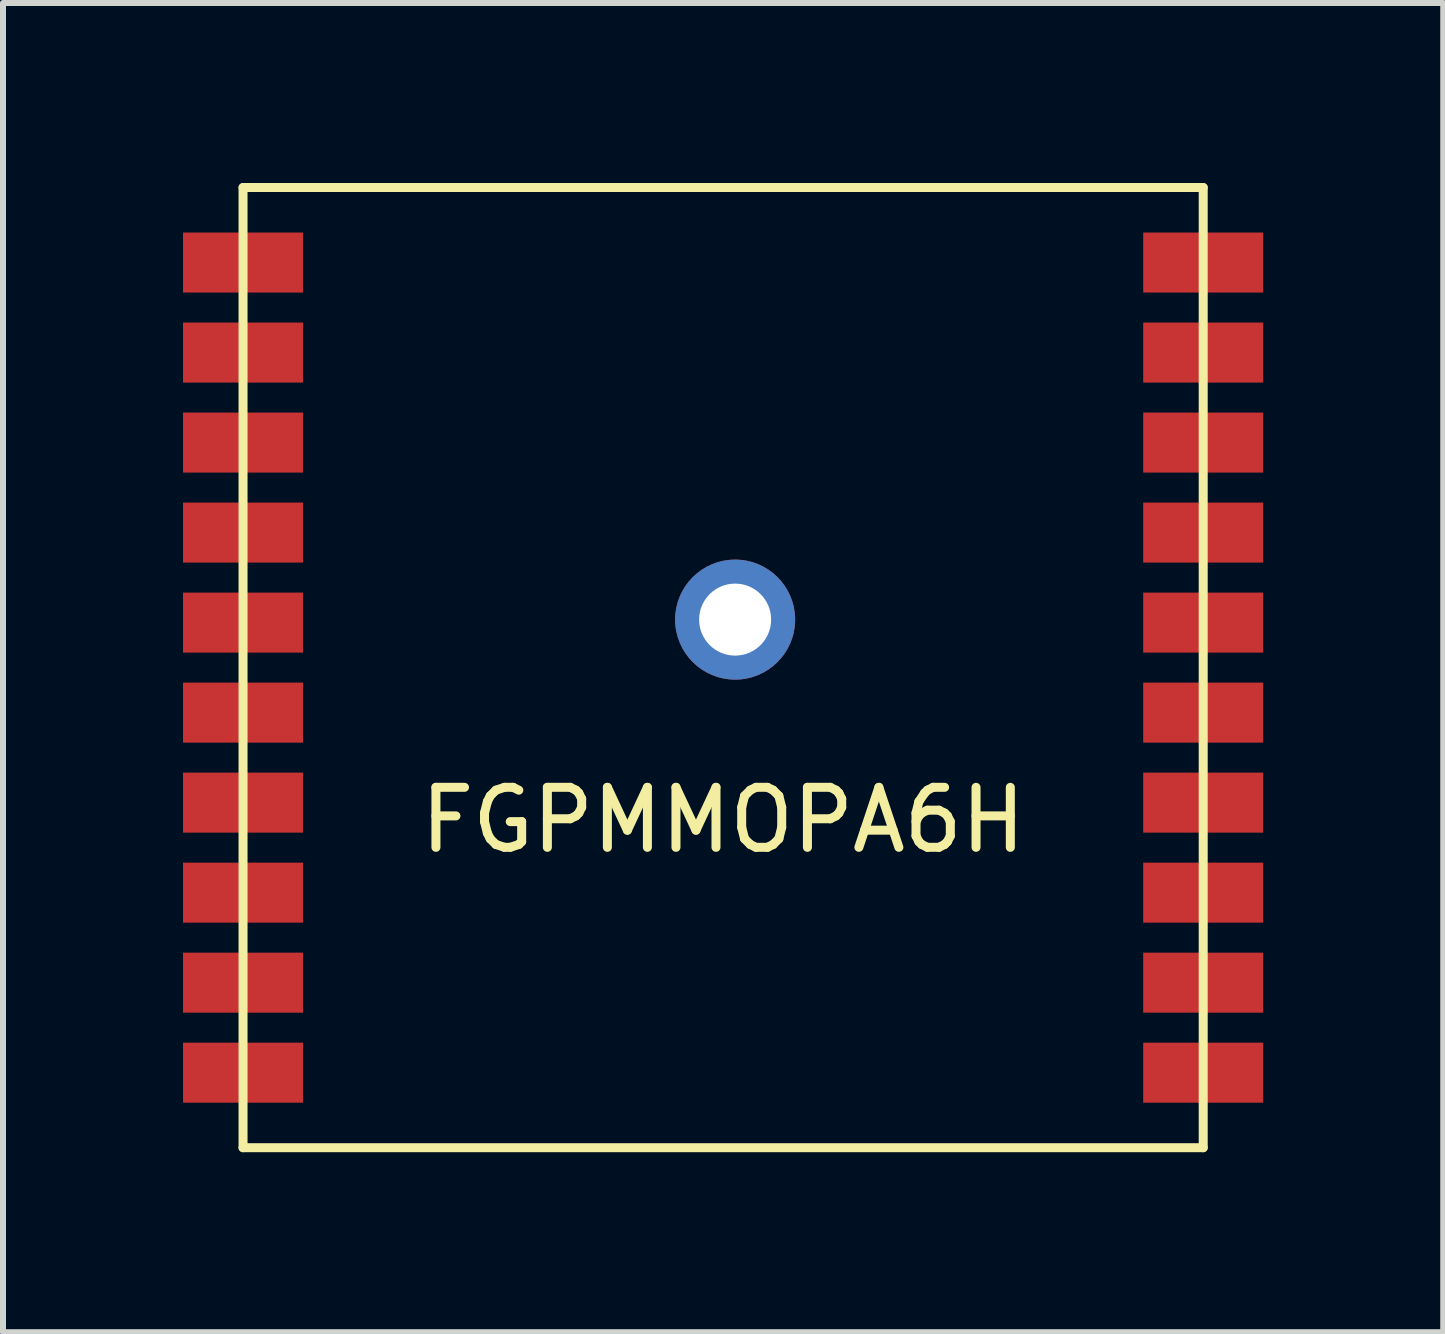
<source format=kicad_pcb>
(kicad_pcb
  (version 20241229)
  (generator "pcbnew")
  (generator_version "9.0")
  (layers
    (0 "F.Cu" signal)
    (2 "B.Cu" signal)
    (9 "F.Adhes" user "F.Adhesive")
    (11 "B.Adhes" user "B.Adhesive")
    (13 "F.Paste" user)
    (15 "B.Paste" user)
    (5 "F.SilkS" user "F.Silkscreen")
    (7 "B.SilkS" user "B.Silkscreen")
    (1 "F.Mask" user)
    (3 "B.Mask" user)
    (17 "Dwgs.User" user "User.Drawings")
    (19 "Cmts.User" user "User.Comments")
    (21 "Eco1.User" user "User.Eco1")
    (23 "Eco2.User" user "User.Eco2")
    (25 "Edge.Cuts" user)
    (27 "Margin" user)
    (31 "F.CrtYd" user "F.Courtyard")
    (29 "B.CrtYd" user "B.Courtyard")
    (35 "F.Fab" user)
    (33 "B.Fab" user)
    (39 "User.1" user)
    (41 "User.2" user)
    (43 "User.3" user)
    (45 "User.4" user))
  (footprint "FGPMMOPA6H"
    (layer "F.Cu")
    (at 9 8.075)
    (property "Reference" "FGPMMOPA6H" (at 0 2.54 0) (layer "F.SilkS") (effects (font (size 1 1) (thickness 0.15))))
    (attr through_hole)
    (fp_line (start -8 -8) (end 8 -8) (stroke (width 0.15) (type solid)) (layer "F.SilkS"))
    (fp_line (start -8 8) (end -8 -8) (stroke (width 0.15) (type solid)) (layer "F.SilkS"))
    (fp_line (start 8 -8) (end 8 8) (stroke (width 0.15) (type solid)) (layer "F.SilkS"))
    (fp_line (start 8 8) (end -8 8) (stroke (width 0.15) (type solid)) (layer "F.SilkS"))
    (pad "1" smd rect (at -8 -6.75) (size 2 1) (layers "F.Cu" "F.Mask" "F.Paste"))
    (pad "2" smd rect (at -8 -5.25) (size 2 1) (layers "F.Cu" "F.Mask" "F.Paste"))
    (pad "3" smd rect (at -8 -3.75) (size 2 1) (layers "F.Cu" "F.Mask" "F.Paste"))
    (pad "4" smd rect (at -8 -2.25) (size 2 1) (layers "F.Cu" "F.Mask" "F.Paste"))
    (pad "5" smd rect (at -8 -0.75) (size 2 1) (layers "F.Cu" "F.Mask" "F.Paste"))
    (pad "6" smd rect (at -8 0.75) (size 2 1) (layers "F.Cu" "F.Mask" "F.Paste"))
    (pad "7" smd rect (at -8 2.25) (size 2 1) (layers "F.Cu" "F.Mask" "F.Paste"))
    (pad "8" smd rect (at -8 3.75) (size 2 1) (layers "F.Cu" "F.Mask" "F.Paste"))
    (pad "9" smd rect (at -8 5.25) (size 2 1) (layers "F.Cu" "F.Mask" "F.Paste"))
    (pad "10" smd rect (at -8 6.75) (size 2 1) (layers "F.Cu" "F.Mask" "F.Paste"))
    (pad "11" smd rect (at 8 6.75) (size 2 1) (layers "F.Cu" "F.Mask" "F.Paste"))
    (pad "12" smd rect (at 8 5.25) (size 2 1) (layers "F.Cu" "F.Mask" "F.Paste"))
    (pad "13" smd rect (at 8 3.75) (size 2 1) (layers "F.Cu" "F.Mask" "F.Paste"))
    (pad "14" smd rect (at 8 2.25) (size 2 1) (layers "F.Cu" "F.Mask" "F.Paste"))
    (pad "15" smd rect (at 8 0.75) (size 2 1) (layers "F.Cu" "F.Mask" "F.Paste"))
    (pad "16" smd rect (at 8 -0.75) (size 2 1) (layers "F.Cu" "F.Mask" "F.Paste"))
    (pad "17" smd rect (at 8 -2.25) (size 2 1) (layers "F.Cu" "F.Mask" "F.Paste"))
    (pad "18" smd rect (at 8 -3.75) (size 2 1) (layers "F.Cu" "F.Mask" "F.Paste"))
    (pad "19" smd rect (at 8 -5.25) (size 2 1) (layers "F.Cu" "F.Mask" "F.Paste"))
    (pad "20" smd rect (at 8 -6.75) (size 2 1) (layers "F.Cu" "F.Mask" "F.Paste"))
    (pad "21" thru_hole circle (at 0.2 -0.8) (size 2 2) (drill 1.2) (layers "*.Cu" "*.Mask")))
  (gr_rect
    (start -3 -3)
    (end 21 19.15)
    (stroke (width 0.1) (type default))
    (fill no)
    (layer "Edge.Cuts")))
</source>
